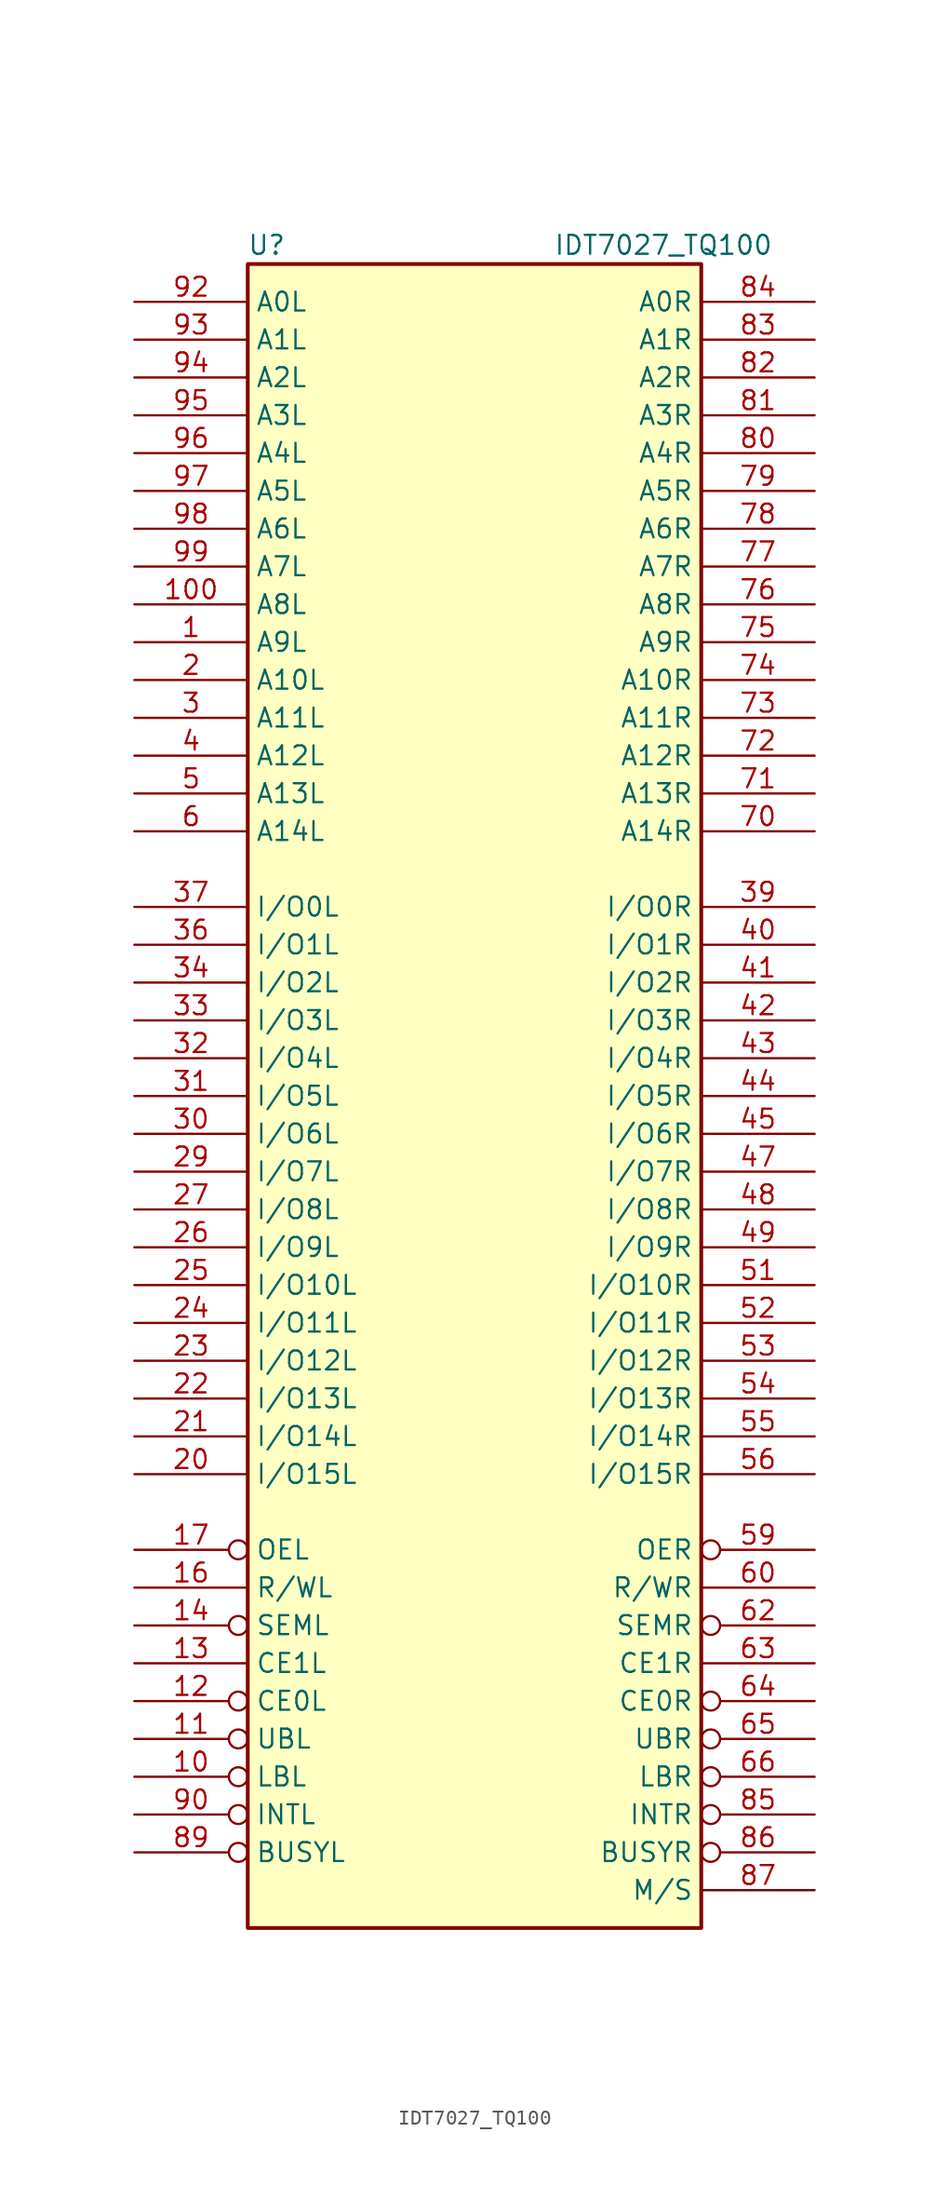
<source format=kicad_sym>
(kicad_symbol_lib
  (version 20220914)
  (generator kicad_symbol_editor)
  (symbol "IDT7027_TQ100"
    (property "Reference" "U"
      (at -13.97 57.15 0)
      (effects (font (size 1.27 1.27))))
    (property "Value" "IDT7027_TQ100"
      (at 12.7 57.15 0)
      (effects (font (size 1.27 1.27))))
    (symbol "IDT7027_TQ100_0_1"
      (rectangle (start -15.24 55.88) (end 15.24 -55.88) (stroke (width 0.254) (type solid)) (fill (type background))))
    (symbol "IDT7027_TQ100_1_1"
      (pin input line (at -22.86 30.48 0) (length 7.62) (name "A9L" (effects (font (size 1.27 1.27)))) (number "1" (effects (font (size 1.27 1.27)))))
      (pin input inverted (at -22.86 -45.72 0) (length 7.62) (name "LBL" (effects (font (size 1.27 1.27)))) (number "10" (effects (font (size 1.27 1.27)))))
      (pin input line (at -22.86 33.02 0) (length 7.62) (name "A8L" (effects (font (size 1.27 1.27)))) (number "100" (effects (font (size 1.27 1.27)))))
      (pin input inverted (at -22.86 -43.18 0) (length 7.62) (name "UBL" (effects (font (size 1.27 1.27)))) (number "11" (effects (font (size 1.27 1.27)))))
      (pin input inverted (at -22.86 -40.64 0) (length 7.62) (name "CE0L" (effects (font (size 1.27 1.27)))) (number "12" (effects (font (size 1.27 1.27)))))
      (pin input line (at -22.86 -38.1 0) (length 7.62) (name "CE1L" (effects (font (size 1.27 1.27)))) (number "13" (effects (font (size 1.27 1.27)))))
      (pin input inverted (at -22.86 -35.56 0) (length 7.62) (name "SEML" (effects (font (size 1.27 1.27)))) (number "14" (effects (font (size 1.27 1.27)))))
      (pin power_in line (at -2.54 55.88 270) (length 0) hide (name "VCC" (effects (font (size 0.762 0.762)))) (number "15" (effects (font (size 0.762 0.762)))))
      (pin input line (at -22.86 -33.02 0) (length 7.62) (name "R/WL" (effects (font (size 1.27 1.27)))) (number "16" (effects (font (size 1.27 1.27)))))
      (pin input inverted (at -22.86 -30.48 0) (length 7.62) (name "OEL" (effects (font (size 1.27 1.27)))) (number "17" (effects (font (size 1.27 1.27)))))
      (pin power_in line (at -8.89 -55.88 90) (length 0) hide (name "GND" (effects (font (size 0.762 0.762)))) (number "18" (effects (font (size 0.762 0.762)))))
      (pin power_in line (at -6.35 -55.88 90) (length 0) hide (name "GND" (effects (font (size 0.762 0.762)))) (number "19" (effects (font (size 0.762 0.762)))))
      (pin input line (at -22.86 27.94 0) (length 7.62) (name "A10L" (effects (font (size 1.27 1.27)))) (number "2" (effects (font (size 1.27 1.27)))))
      (pin bidirectional line (at -22.86 -25.4 0) (length 7.62) (name "I/O15L" (effects (font (size 1.27 1.27)))) (number "20" (effects (font (size 1.27 1.27)))))
      (pin bidirectional line (at -22.86 -22.86 0) (length 7.62) (name "I/O14L" (effects (font (size 1.27 1.27)))) (number "21" (effects (font (size 1.27 1.27)))))
      (pin bidirectional line (at -22.86 -20.32 0) (length 7.62) (name "I/O13L" (effects (font (size 1.27 1.27)))) (number "22" (effects (font (size 1.27 1.27)))))
      (pin bidirectional line (at -22.86 -17.78 0) (length 7.62) (name "I/O12L" (effects (font (size 1.27 1.27)))) (number "23" (effects (font (size 1.27 1.27)))))
      (pin bidirectional line (at -22.86 -15.24 0) (length 7.62) (name "I/O11L" (effects (font (size 1.27 1.27)))) (number "24" (effects (font (size 1.27 1.27)))))
      (pin bidirectional line (at -22.86 -12.7 0) (length 7.62) (name "I/O10L" (effects (font (size 1.27 1.27)))) (number "25" (effects (font (size 1.27 1.27)))))
      (pin bidirectional line (at -22.86 -10.16 0) (length 7.62) (name "I/O9L" (effects (font (size 1.27 1.27)))) (number "26" (effects (font (size 1.27 1.27)))))
      (pin bidirectional line (at -22.86 -7.62 0) (length 7.62) (name "I/O8L" (effects (font (size 1.27 1.27)))) (number "27" (effects (font (size 1.27 1.27)))))
      (pin power_in line (at 0 55.88 270) (length 0) hide (name "VCC" (effects (font (size 0.762 0.762)))) (number "28" (effects (font (size 0.762 0.762)))))
      (pin bidirectional line (at -22.86 -5.08 0) (length 7.62) (name "I/O7L" (effects (font (size 1.27 1.27)))) (number "29" (effects (font (size 1.27 1.27)))))
      (pin input line (at -22.86 25.4 0) (length 7.62) (name "A11L" (effects (font (size 1.27 1.27)))) (number "3" (effects (font (size 1.27 1.27)))))
      (pin bidirectional line (at -22.86 -2.54 0) (length 7.62) (name "I/O6L" (effects (font (size 1.27 1.27)))) (number "30" (effects (font (size 1.27 1.27)))))
      (pin bidirectional line (at -22.86 0 0) (length 7.62) (name "I/O5L" (effects (font (size 1.27 1.27)))) (number "31" (effects (font (size 1.27 1.27)))))
      (pin bidirectional line (at -22.86 2.54 0) (length 7.62) (name "I/O4L" (effects (font (size 1.27 1.27)))) (number "32" (effects (font (size 1.27 1.27)))))
      (pin bidirectional line (at -22.86 5.08 0) (length 7.62) (name "I/O3L" (effects (font (size 1.27 1.27)))) (number "33" (effects (font (size 1.27 1.27)))))
      (pin bidirectional line (at -22.86 7.62 0) (length 7.62) (name "I/O2L" (effects (font (size 1.27 1.27)))) (number "34" (effects (font (size 1.27 1.27)))))
      (pin power_in line (at -3.81 -55.88 90) (length 0) hide (name "GND" (effects (font (size 0.762 0.762)))) (number "35" (effects (font (size 0.762 0.762)))))
      (pin bidirectional line (at -22.86 10.16 0) (length 7.62) (name "I/O1L" (effects (font (size 1.27 1.27)))) (number "36" (effects (font (size 1.27 1.27)))))
      (pin bidirectional line (at -22.86 12.7 0) (length 7.62) (name "I/O0L" (effects (font (size 1.27 1.27)))) (number "37" (effects (font (size 1.27 1.27)))))
      (pin power_in line (at -1.27 -55.88 90) (length 0) hide (name "GND" (effects (font (size 0.762 0.762)))) (number "38" (effects (font (size 0.762 0.762)))))
      (pin bidirectional line (at 22.86 12.7 180) (length 7.62) (name "I/O0R" (effects (font (size 1.27 1.27)))) (number "39" (effects (font (size 1.27 1.27)))))
      (pin input line (at -22.86 22.86 0) (length 7.62) (name "A12L" (effects (font (size 1.27 1.27)))) (number "4" (effects (font (size 1.27 1.27)))))
      (pin bidirectional line (at 22.86 10.16 180) (length 7.62) (name "I/O1R" (effects (font (size 1.27 1.27)))) (number "40" (effects (font (size 1.27 1.27)))))
      (pin bidirectional line (at 22.86 7.62 180) (length 7.62) (name "I/O2R" (effects (font (size 1.27 1.27)))) (number "41" (effects (font (size 1.27 1.27)))))
      (pin bidirectional line (at 22.86 5.08 180) (length 7.62) (name "I/O3R" (effects (font (size 1.27 1.27)))) (number "42" (effects (font (size 1.27 1.27)))))
      (pin bidirectional line (at 22.86 2.54 180) (length 7.62) (name "I/O4R" (effects (font (size 1.27 1.27)))) (number "43" (effects (font (size 1.27 1.27)))))
      (pin bidirectional line (at 22.86 0 180) (length 7.62) (name "I/O5R" (effects (font (size 1.27 1.27)))) (number "44" (effects (font (size 1.27 1.27)))))
      (pin bidirectional line (at 22.86 -2.54 180) (length 7.62) (name "I/O6R" (effects (font (size 1.27 1.27)))) (number "45" (effects (font (size 1.27 1.27)))))
      (pin power_in line (at 2.54 55.88 270) (length 0) hide (name "VCC" (effects (font (size 0.762 0.762)))) (number "46" (effects (font (size 0.762 0.762)))))
      (pin bidirectional line (at 22.86 -5.08 180) (length 7.62) (name "I/O7R" (effects (font (size 1.27 1.27)))) (number "47" (effects (font (size 1.27 1.27)))))
      (pin bidirectional line (at 22.86 -7.62 180) (length 7.62) (name "I/O8R" (effects (font (size 1.27 1.27)))) (number "48" (effects (font (size 1.27 1.27)))))
      (pin bidirectional line (at 22.86 -10.16 180) (length 7.62) (name "I/O9R" (effects (font (size 1.27 1.27)))) (number "49" (effects (font (size 1.27 1.27)))))
      (pin input line (at -22.86 20.32 0) (length 7.62) (name "A13L" (effects (font (size 1.27 1.27)))) (number "5" (effects (font (size 1.27 1.27)))))
      (pin bidirectional line (at 22.86 -12.7 180) (length 7.62) (name "I/O10R" (effects (font (size 1.27 1.27)))) (number "51" (effects (font (size 1.27 1.27)))))
      (pin bidirectional line (at 22.86 -15.24 180) (length 7.62) (name "I/O11R" (effects (font (size 1.27 1.27)))) (number "52" (effects (font (size 1.27 1.27)))))
      (pin bidirectional line (at 22.86 -17.78 180) (length 7.62) (name "I/O12R" (effects (font (size 1.27 1.27)))) (number "53" (effects (font (size 1.27 1.27)))))
      (pin bidirectional line (at 22.86 -20.32 180) (length 7.62) (name "I/O13R" (effects (font (size 1.27 1.27)))) (number "54" (effects (font (size 1.27 1.27)))))
      (pin bidirectional line (at 22.86 -22.86 180) (length 7.62) (name "I/O14R" (effects (font (size 1.27 1.27)))) (number "55" (effects (font (size 1.27 1.27)))))
      (pin bidirectional line (at 22.86 -25.4 180) (length 7.62) (name "I/O15R" (effects (font (size 1.27 1.27)))) (number "56" (effects (font (size 1.27 1.27)))))
      (pin power_in line (at 1.27 -55.88 90) (length 0) hide (name "GND" (effects (font (size 0.762 0.762)))) (number "57" (effects (font (size 0.762 0.762)))))
      (pin power_in line (at 3.81 -55.88 90) (length 0) hide (name "GND" (effects (font (size 0.762 0.762)))) (number "58" (effects (font (size 0.762 0.762)))))
      (pin input inverted (at 22.86 -30.48 180) (length 7.62) (name "OER" (effects (font (size 1.27 1.27)))) (number "59" (effects (font (size 1.27 1.27)))))
      (pin input line (at -22.86 17.78 0) (length 7.62) (name "A14L" (effects (font (size 1.27 1.27)))) (number "6" (effects (font (size 1.27 1.27)))))
      (pin input line (at 22.86 -33.02 180) (length 7.62) (name "R/WR" (effects (font (size 1.27 1.27)))) (number "60" (effects (font (size 1.27 1.27)))))
      (pin power_in line (at 6.35 -55.88 90) (length 0) hide (name "GND" (effects (font (size 0.762 0.762)))) (number "61" (effects (font (size 0.762 0.762)))))
      (pin input inverted (at 22.86 -35.56 180) (length 7.62) (name "SEMR" (effects (font (size 1.27 1.27)))) (number "62" (effects (font (size 1.27 1.27)))))
      (pin input line (at 22.86 -38.1 180) (length 7.62) (name "CE1R" (effects (font (size 1.27 1.27)))) (number "63" (effects (font (size 1.27 1.27)))))
      (pin input inverted (at 22.86 -40.64 180) (length 7.62) (name "CE0R" (effects (font (size 1.27 1.27)))) (number "64" (effects (font (size 1.27 1.27)))))
      (pin input inverted (at 22.86 -43.18 180) (length 7.62) (name "UBR" (effects (font (size 1.27 1.27)))) (number "65" (effects (font (size 1.27 1.27)))))
      (pin input inverted (at 22.86 -45.72 180) (length 7.62) (name "LBR" (effects (font (size 1.27 1.27)))) (number "66" (effects (font (size 1.27 1.27)))))
      (pin input line (at 22.86 17.78 180) (length 7.62) (name "A14R" (effects (font (size 1.27 1.27)))) (number "70" (effects (font (size 1.27 1.27)))))
      (pin input line (at 22.86 20.32 180) (length 7.62) (name "A13R" (effects (font (size 1.27 1.27)))) (number "71" (effects (font (size 1.27 1.27)))))
      (pin input line (at 22.86 22.86 180) (length 7.62) (name "A12R" (effects (font (size 1.27 1.27)))) (number "72" (effects (font (size 1.27 1.27)))))
      (pin input line (at 22.86 25.4 180) (length 7.62) (name "A11R" (effects (font (size 1.27 1.27)))) (number "73" (effects (font (size 1.27 1.27)))))
      (pin input line (at 22.86 27.94 180) (length 7.62) (name "A10R" (effects (font (size 1.27 1.27)))) (number "74" (effects (font (size 1.27 1.27)))))
      (pin input line (at 22.86 30.48 180) (length 7.62) (name "A9R" (effects (font (size 1.27 1.27)))) (number "75" (effects (font (size 1.27 1.27)))))
      (pin input line (at 22.86 33.02 180) (length 7.62) (name "A8R" (effects (font (size 1.27 1.27)))) (number "76" (effects (font (size 1.27 1.27)))))
      (pin input line (at 22.86 35.56 180) (length 7.62) (name "A7R" (effects (font (size 1.27 1.27)))) (number "77" (effects (font (size 1.27 1.27)))))
      (pin input line (at 22.86 38.1 180) (length 7.62) (name "A6R" (effects (font (size 1.27 1.27)))) (number "78" (effects (font (size 1.27 1.27)))))
      (pin input line (at 22.86 40.64 180) (length 7.62) (name "A5R" (effects (font (size 1.27 1.27)))) (number "79" (effects (font (size 1.27 1.27)))))
      (pin input line (at 22.86 43.18 180) (length 7.62) (name "A4R" (effects (font (size 1.27 1.27)))) (number "80" (effects (font (size 1.27 1.27)))))
      (pin input line (at 22.86 45.72 180) (length 7.62) (name "A3R" (effects (font (size 1.27 1.27)))) (number "81" (effects (font (size 1.27 1.27)))))
      (pin input line (at 22.86 48.26 180) (length 7.62) (name "A2R" (effects (font (size 1.27 1.27)))) (number "82" (effects (font (size 1.27 1.27)))))
      (pin input line (at 22.86 50.8 180) (length 7.62) (name "A1R" (effects (font (size 1.27 1.27)))) (number "83" (effects (font (size 1.27 1.27)))))
      (pin input line (at 22.86 53.34 180) (length 7.62) (name "A0R" (effects (font (size 1.27 1.27)))) (number "84" (effects (font (size 1.27 1.27)))))
      (pin output inverted (at 22.86 -48.26 180) (length 7.62) (name "INTR" (effects (font (size 1.27 1.27)))) (number "85" (effects (font (size 1.27 1.27)))))
      (pin bidirectional inverted (at 22.86 -50.8 180) (length 7.62) (name "BUSYR" (effects (font (size 1.27 1.27)))) (number "86" (effects (font (size 1.27 1.27)))))
      (pin input line (at 22.86 -53.34 180) (length 7.62) (name "M/S" (effects (font (size 1.27 1.27)))) (number "87" (effects (font (size 1.27 1.27)))))
      (pin power_in line (at 8.89 -55.88 90) (length 0) hide (name "GND" (effects (font (size 0.762 0.762)))) (number "88" (effects (font (size 0.762 0.762)))))
      (pin bidirectional inverted (at -22.86 -50.8 0) (length 7.62) (name "BUSYL" (effects (font (size 1.27 1.27)))) (number "89" (effects (font (size 1.27 1.27)))))
      (pin output inverted (at -22.86 -48.26 0) (length 7.62) (name "INTL" (effects (font (size 1.27 1.27)))) (number "90" (effects (font (size 1.27 1.27)))))
      (pin input line (at -22.86 53.34 0) (length 7.62) (name "A0L" (effects (font (size 1.27 1.27)))) (number "92" (effects (font (size 1.27 1.27)))))
      (pin input line (at -22.86 50.8 0) (length 7.62) (name "A1L" (effects (font (size 1.27 1.27)))) (number "93" (effects (font (size 1.27 1.27)))))
      (pin input line (at -22.86 48.26 0) (length 7.62) (name "A2L" (effects (font (size 1.27 1.27)))) (number "94" (effects (font (size 1.27 1.27)))))
      (pin input line (at -22.86 45.72 0) (length 7.62) (name "A3L" (effects (font (size 1.27 1.27)))) (number "95" (effects (font (size 1.27 1.27)))))
      (pin input line (at -22.86 43.18 0) (length 7.62) (name "A4L" (effects (font (size 1.27 1.27)))) (number "96" (effects (font (size 1.27 1.27)))))
      (pin input line (at -22.86 40.64 0) (length 7.62) (name "A5L" (effects (font (size 1.27 1.27)))) (number "97" (effects (font (size 1.27 1.27)))))
      (pin input line (at -22.86 38.1 0) (length 7.62) (name "A6L" (effects (font (size 1.27 1.27)))) (number "98" (effects (font (size 1.27 1.27)))))
      (pin input line (at -22.86 35.56 0) (length 7.62) (name "A7L" (effects (font (size 1.27 1.27)))) (number "99" (effects (font (size 1.27 1.27))))))))
</source>
